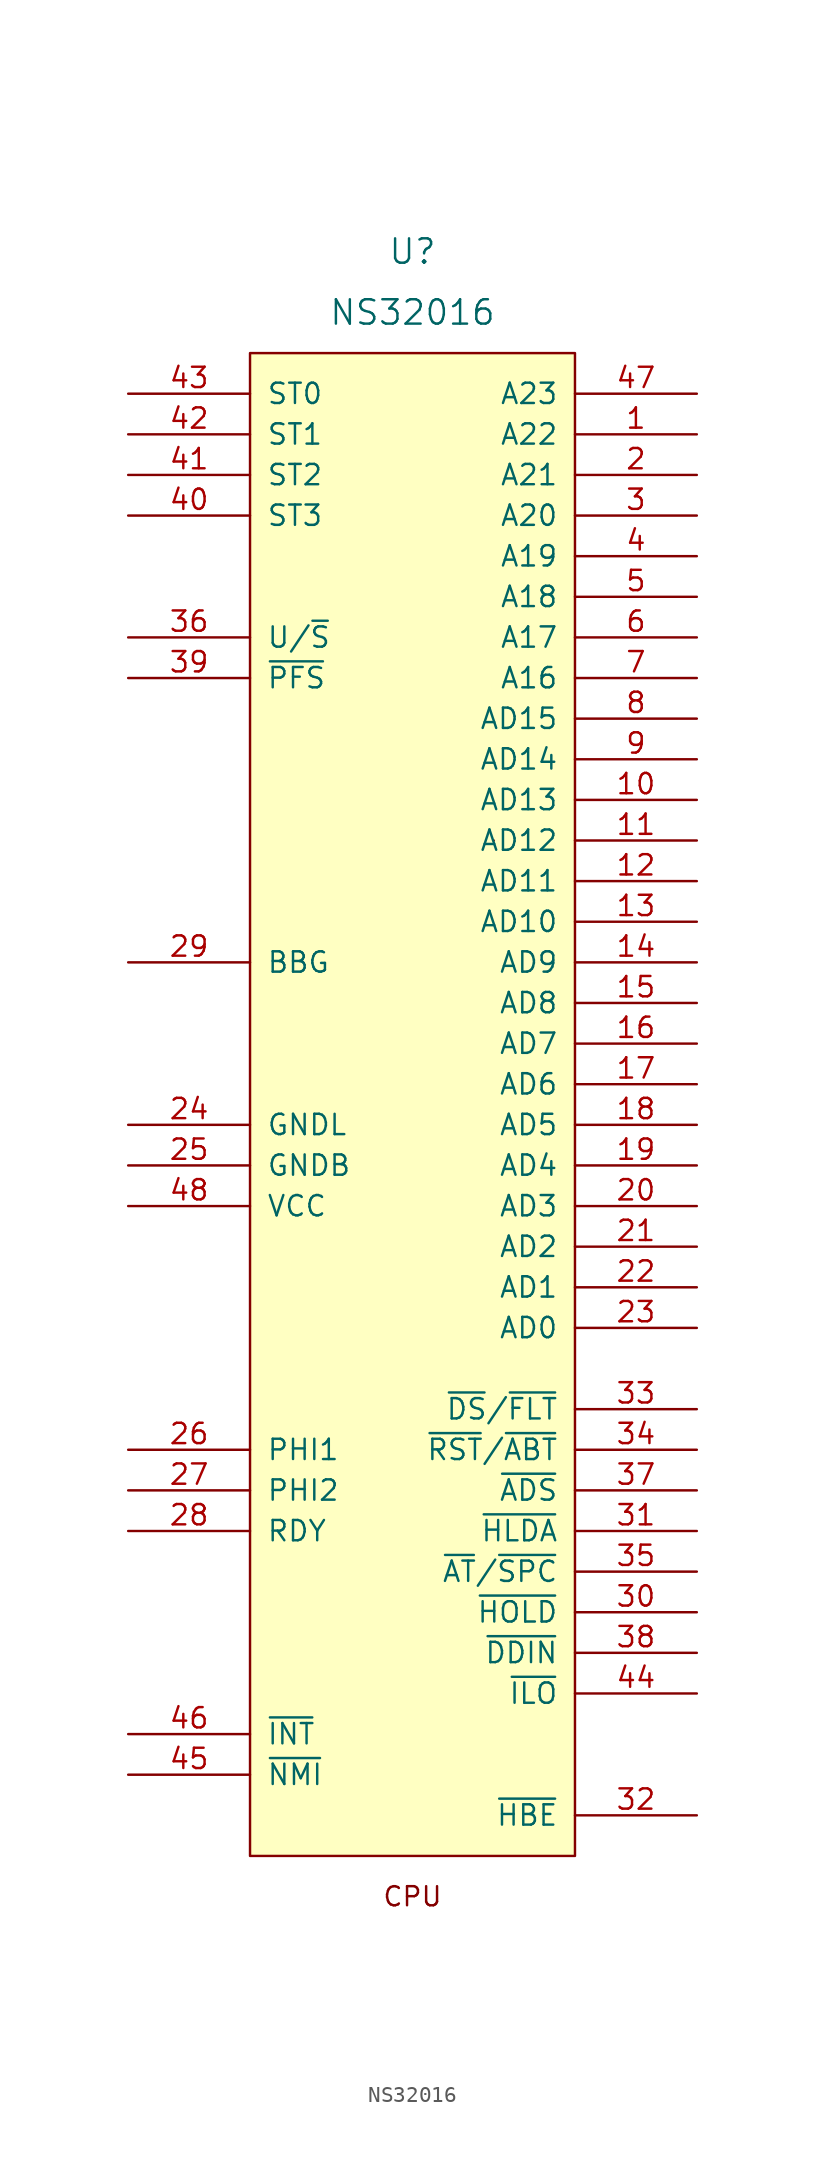
<source format=kicad_sym>
(kicad_symbol_lib
  (version 20211014)
  (generator kicad_symbol_editor)
  (symbol "NS32016"
    (pin_names
      (offset 1.016))
    (property "Reference" "U"
      (at 0 49.53 0)
      (effects (font (size 1.524 1.524))))
    (property "Value" "NS32016"
      (at 0 45.72 0)
      (effects (font (size 1.524 1.524))))
    (property "Footprint" ""
      (at 0 -35.56 0)
      (effects (font (size 1.524 1.524))))
    (property "Datasheet" ""
      (at 0 -35.56 0)
      (effects (font (size 1.524 1.524))))
    (symbol "NS32016_0_0"
      (text "CPU" (at 0 -53.34 0) (effects (font (size 1.194 1.194)))))
    (symbol "NS32016_0_1"
      (rectangle (start -10.16 43.18) (end 10.16 -50.8) (stroke (width 0) (type default) (color 0 0 0 0)) (fill (type background)))
      (rectangle (start 5.08 12.7) (end 5.08 12.7) (stroke (width 0) (type default) (color 0 0 0 0)) (fill (type none))))
    (symbol "NS32016_1_1"
      (pin bidirectional line (at 17.78 38.1 180) (length 7.62) (name "A22" (effects (font (size 1.27 1.27)))) (number "1" (effects (font (size 1.27 1.27)))))
      (pin bidirectional line (at 17.78 15.24 180) (length 7.62) (name "AD13" (effects (font (size 1.27 1.27)))) (number "10" (effects (font (size 1.27 1.27)))))
      (pin bidirectional line (at 17.78 12.7 180) (length 7.62) (name "AD12" (effects (font (size 1.27 1.27)))) (number "11" (effects (font (size 1.27 1.27)))))
      (pin bidirectional line (at 17.78 10.16 180) (length 7.62) (name "AD11" (effects (font (size 1.27 1.27)))) (number "12" (effects (font (size 1.27 1.27)))))
      (pin bidirectional line (at 17.78 7.62 180) (length 7.62) (name "AD10" (effects (font (size 1.27 1.27)))) (number "13" (effects (font (size 1.27 1.27)))))
      (pin bidirectional line (at 17.78 5.08 180) (length 7.62) (name "AD9" (effects (font (size 1.27 1.27)))) (number "14" (effects (font (size 1.27 1.27)))))
      (pin bidirectional line (at 17.78 2.54 180) (length 7.62) (name "AD8" (effects (font (size 1.27 1.27)))) (number "15" (effects (font (size 1.27 1.27)))))
      (pin bidirectional line (at 17.78 0 180) (length 7.62) (name "AD7" (effects (font (size 1.27 1.27)))) (number "16" (effects (font (size 1.27 1.27)))))
      (pin bidirectional line (at 17.78 -2.54 180) (length 7.62) (name "AD6" (effects (font (size 1.27 1.27)))) (number "17" (effects (font (size 1.27 1.27)))))
      (pin bidirectional line (at 17.78 -5.08 180) (length 7.62) (name "AD5" (effects (font (size 1.27 1.27)))) (number "18" (effects (font (size 1.27 1.27)))))
      (pin bidirectional line (at 17.78 -7.62 180) (length 7.62) (name "AD4" (effects (font (size 1.27 1.27)))) (number "19" (effects (font (size 1.27 1.27)))))
      (pin bidirectional line (at 17.78 35.56 180) (length 7.62) (name "A21" (effects (font (size 1.27 1.27)))) (number "2" (effects (font (size 1.27 1.27)))))
      (pin bidirectional line (at 17.78 -10.16 180) (length 7.62) (name "AD3" (effects (font (size 1.27 1.27)))) (number "20" (effects (font (size 1.27 1.27)))))
      (pin bidirectional line (at 17.78 -12.7 180) (length 7.62) (name "AD2" (effects (font (size 1.27 1.27)))) (number "21" (effects (font (size 1.27 1.27)))))
      (pin bidirectional line (at 17.78 -15.24 180) (length 7.62) (name "AD1" (effects (font (size 1.27 1.27)))) (number "22" (effects (font (size 1.27 1.27)))))
      (pin bidirectional line (at 17.78 -17.78 180) (length 7.62) (name "AD0" (effects (font (size 1.27 1.27)))) (number "23" (effects (font (size 1.27 1.27)))))
      (pin power_in line (at -17.78 -5.08 0) (length 7.62) (name "GNDL" (effects (font (size 1.27 1.27)))) (number "24" (effects (font (size 1.27 1.27)))))
      (pin power_in line (at -17.78 -7.62 0) (length 7.62) (name "GNDB" (effects (font (size 1.27 1.27)))) (number "25" (effects (font (size 1.27 1.27)))))
      (pin input line (at -17.78 -25.4 0) (length 7.62) (name "PHI1" (effects (font (size 1.27 1.27)))) (number "26" (effects (font (size 1.27 1.27)))))
      (pin input line (at -17.78 -27.94 0) (length 7.62) (name "PHI2" (effects (font (size 1.27 1.27)))) (number "27" (effects (font (size 1.27 1.27)))))
      (pin input line (at -17.78 -30.48 0) (length 7.62) (name "RDY" (effects (font (size 1.27 1.27)))) (number "28" (effects (font (size 1.27 1.27)))))
      (pin power_out line (at -17.78 5.08 0) (length 7.62) (name "BBG" (effects (font (size 1.27 1.27)))) (number "29" (effects (font (size 1.27 1.27)))))
      (pin bidirectional line (at 17.78 33.02 180) (length 7.62) (name "A20" (effects (font (size 1.27 1.27)))) (number "3" (effects (font (size 1.27 1.27)))))
      (pin input line (at 17.78 -35.56 180) (length 7.62) (name "~{HOLD}" (effects (font (size 1.27 1.27)))) (number "30" (effects (font (size 1.27 1.27)))))
      (pin output line (at 17.78 -30.48 180) (length 7.62) (name "~{HLDA}" (effects (font (size 1.27 1.27)))) (number "31" (effects (font (size 1.27 1.27)))))
      (pin output line (at 17.78 -48.26 180) (length 7.62) (name "~{HBE}" (effects (font (size 1.27 1.27)))) (number "32" (effects (font (size 1.27 1.27)))))
      (pin bidirectional line (at 17.78 -22.86 180) (length 7.62) (name "~{DS}/~{FLT}" (effects (font (size 1.27 1.27)))) (number "33" (effects (font (size 1.27 1.27)))))
      (pin input line (at 17.78 -25.4 180) (length 7.62) (name "~{RST}/~{ABT}" (effects (font (size 1.27 1.27)))) (number "34" (effects (font (size 1.27 1.27)))))
      (pin bidirectional line (at 17.78 -33.02 180) (length 7.62) (name "~{AT}/~{SPC}" (effects (font (size 1.27 1.27)))) (number "35" (effects (font (size 1.27 1.27)))))
      (pin output line (at -17.78 25.4 0) (length 7.62) (name "U/~{S}" (effects (font (size 1.27 1.27)))) (number "36" (effects (font (size 1.27 1.27)))))
      (pin output line (at 17.78 -27.94 180) (length 7.62) (name "~{ADS}" (effects (font (size 1.27 1.27)))) (number "37" (effects (font (size 1.27 1.27)))))
      (pin output line (at 17.78 -38.1 180) (length 7.62) (name "~{DDIN}" (effects (font (size 1.27 1.27)))) (number "38" (effects (font (size 1.27 1.27)))))
      (pin output line (at -17.78 22.86 0) (length 7.62) (name "~{PFS}" (effects (font (size 1.27 1.27)))) (number "39" (effects (font (size 1.27 1.27)))))
      (pin bidirectional line (at 17.78 30.48 180) (length 7.62) (name "A19" (effects (font (size 1.27 1.27)))) (number "4" (effects (font (size 1.27 1.27)))))
      (pin output line (at -17.78 33.02 0) (length 7.62) (name "ST3" (effects (font (size 1.27 1.27)))) (number "40" (effects (font (size 1.27 1.27)))))
      (pin output line (at -17.78 35.56 0) (length 7.62) (name "ST2" (effects (font (size 1.27 1.27)))) (number "41" (effects (font (size 1.27 1.27)))))
      (pin output line (at -17.78 38.1 0) (length 7.62) (name "ST1" (effects (font (size 1.27 1.27)))) (number "42" (effects (font (size 1.27 1.27)))))
      (pin output line (at -17.78 40.64 0) (length 7.62) (name "ST0" (effects (font (size 1.27 1.27)))) (number "43" (effects (font (size 1.27 1.27)))))
      (pin output line (at 17.78 -40.64 180) (length 7.62) (name "~{ILO}" (effects (font (size 1.27 1.27)))) (number "44" (effects (font (size 1.27 1.27)))))
      (pin input line (at -17.78 -45.72 0) (length 7.62) (name "~{NMI}" (effects (font (size 1.27 1.27)))) (number "45" (effects (font (size 1.27 1.27)))))
      (pin input line (at -17.78 -43.18 0) (length 7.62) (name "~{INT}" (effects (font (size 1.27 1.27)))) (number "46" (effects (font (size 1.27 1.27)))))
      (pin bidirectional line (at 17.78 40.64 180) (length 7.62) (name "A23" (effects (font (size 1.27 1.27)))) (number "47" (effects (font (size 1.27 1.27)))))
      (pin power_in line (at -17.78 -10.16 0) (length 7.62) (name "VCC" (effects (font (size 1.27 1.27)))) (number "48" (effects (font (size 1.27 1.27)))))
      (pin bidirectional line (at 17.78 27.94 180) (length 7.62) (name "A18" (effects (font (size 1.27 1.27)))) (number "5" (effects (font (size 1.27 1.27)))))
      (pin bidirectional line (at 17.78 25.4 180) (length 7.62) (name "A17" (effects (font (size 1.27 1.27)))) (number "6" (effects (font (size 1.27 1.27)))))
      (pin bidirectional line (at 17.78 22.86 180) (length 7.62) (name "A16" (effects (font (size 1.27 1.27)))) (number "7" (effects (font (size 1.27 1.27)))))
      (pin bidirectional line (at 17.78 20.32 180) (length 7.62) (name "AD15" (effects (font (size 1.27 1.27)))) (number "8" (effects (font (size 1.27 1.27)))))
      (pin bidirectional line (at 17.78 17.78 180) (length 7.62) (name "AD14" (effects (font (size 1.27 1.27)))) (number "9" (effects (font (size 1.27 1.27))))))))
</source>
